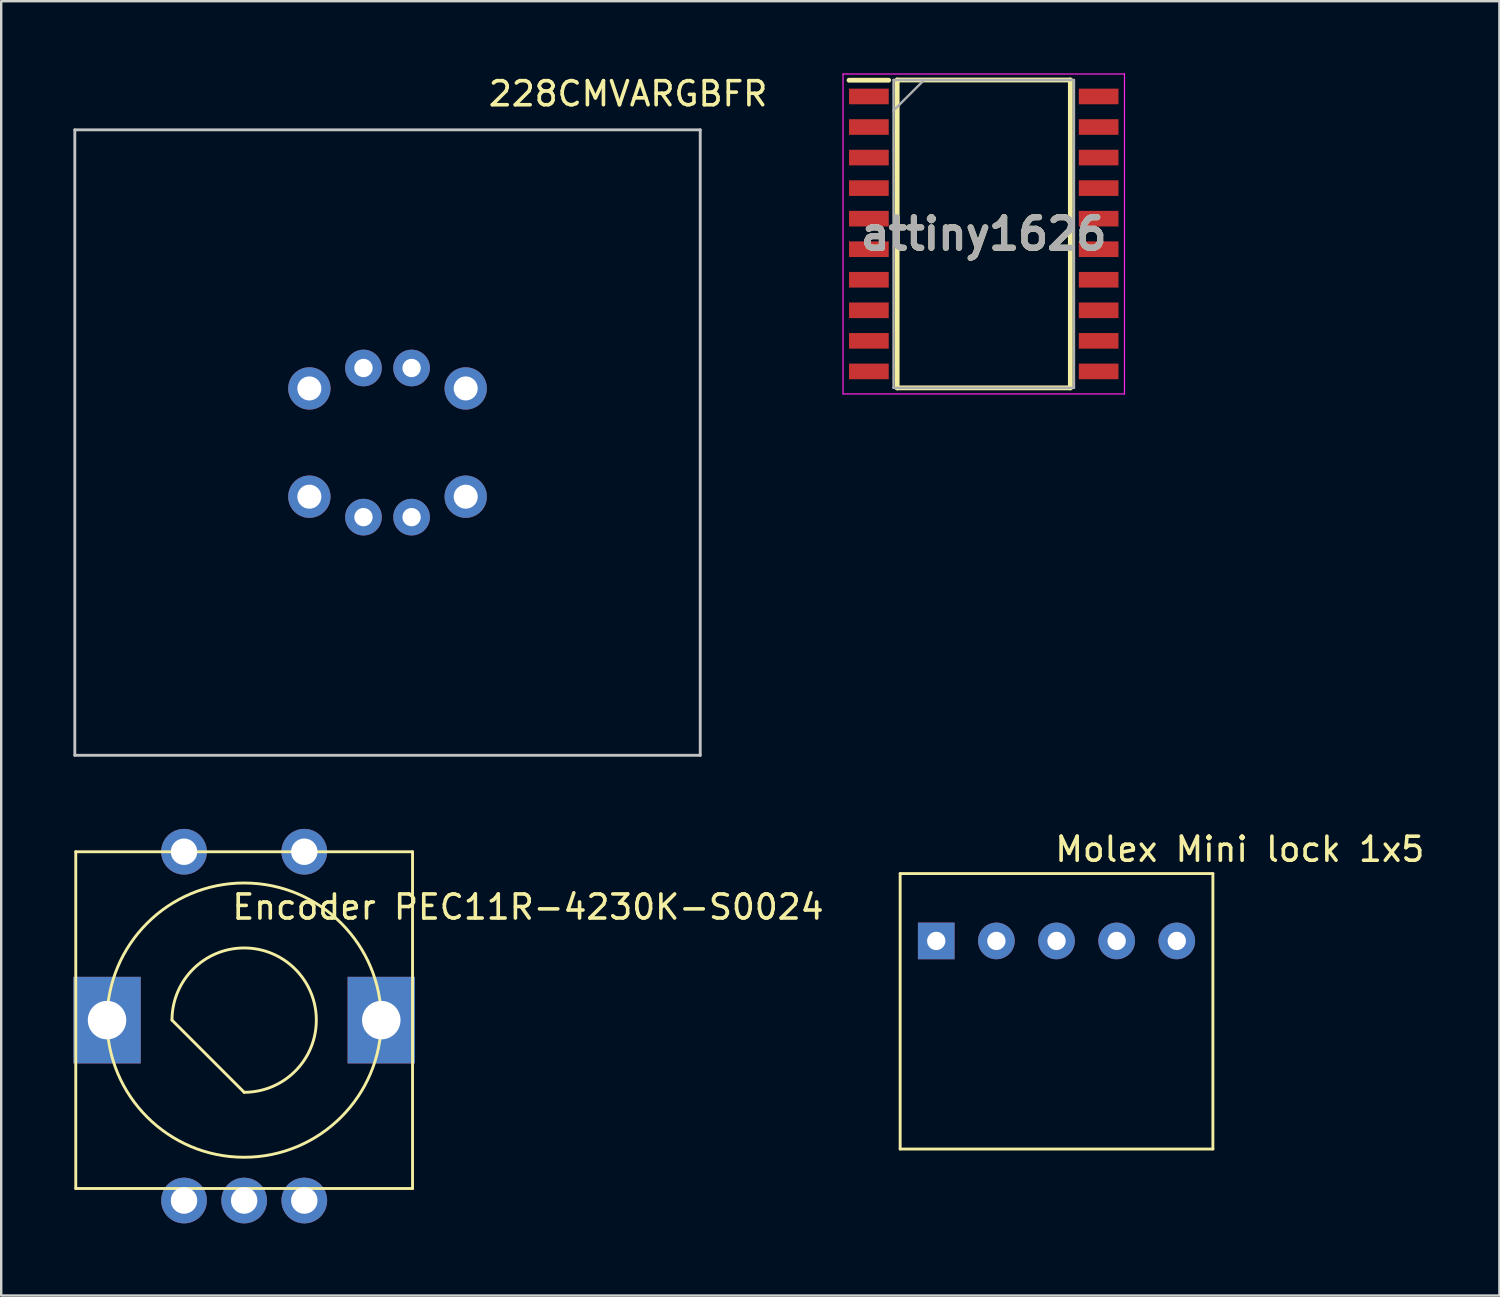
<source format=kicad_pcb>
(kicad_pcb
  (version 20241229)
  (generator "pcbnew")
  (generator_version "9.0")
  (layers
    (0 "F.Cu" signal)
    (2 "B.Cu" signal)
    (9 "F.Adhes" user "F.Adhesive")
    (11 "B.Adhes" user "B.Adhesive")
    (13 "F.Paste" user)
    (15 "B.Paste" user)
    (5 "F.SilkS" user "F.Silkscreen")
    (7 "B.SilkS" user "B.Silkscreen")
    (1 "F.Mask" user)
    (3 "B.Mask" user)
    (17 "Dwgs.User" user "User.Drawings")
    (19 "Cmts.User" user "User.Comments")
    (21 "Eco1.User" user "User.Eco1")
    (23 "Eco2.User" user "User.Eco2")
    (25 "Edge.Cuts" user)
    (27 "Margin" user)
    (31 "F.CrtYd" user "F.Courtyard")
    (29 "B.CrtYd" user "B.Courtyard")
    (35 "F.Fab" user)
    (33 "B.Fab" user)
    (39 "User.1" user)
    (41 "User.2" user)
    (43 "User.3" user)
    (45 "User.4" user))
  (footprint "Encoder PEC11R-4230K-S0024"
    (layer "F.Cu")
    (at 7.1 39.358)
    (property "Reference" "Encoder PEC11R-4230K-S0024" (at 11.8 -4.7 0) (layer "F.SilkS") (effects (font (size 1 1) (thickness 0.15))))
    (attr through_hole)
    (fp_line (start -7 -7) (end 7 -7) (stroke (width 0.12) (type solid)) (layer "F.SilkS"))
    (fp_line (start -7 7) (end -7 -7) (stroke (width 0.12) (type solid)) (layer "F.SilkS"))
    (fp_line (start -3 0) (end 0 3) (stroke (width 0.12) (type solid)) (layer "F.SilkS"))
    (fp_line (start 7 -7) (end 7 7) (stroke (width 0.12) (type solid)) (layer "F.SilkS"))
    (fp_line (start 7 7) (end -7 7) (stroke (width 0.12) (type solid)) (layer "F.SilkS"))
    (fp_arc (start -3 0) (mid 2.12132 -2.12132) (end 0 3) (stroke (width 0.12) (type solid)) (layer "F.SilkS"))
    (fp_circle (center 0 0) (end 4.5 3.5) (stroke (width 0.12) (type solid)) (fill no) (layer "F.SilkS"))
    (pad "" np_thru_hole rect (at -5.7 0) (size 2.8 3.6) (drill 1.6) (layers "*.Cu" "*.Mask"))
    (pad "" np_thru_hole rect (at 5.7 0) (size 2.8 3.6) (drill 1.6) (layers "*.Cu" "*.Mask"))
    (pad "A" thru_hole circle (at -2.5 7.5) (size 1.9 1.9) (drill 1.1) (layers "*.Cu" "*.Mask"))
    (pad "B" thru_hole circle (at 2.5 7.5) (size 1.9 1.9) (drill 1.1) (layers "*.Cu" "*.Mask"))
    (pad "C" thru_hole circle (at 0 7.5) (size 1.9 1.9) (drill 1.1) (layers "*.Cu" "*.Mask"))
    (pad "S1" thru_hole circle (at 2.5 -7) (size 1.9 1.9) (drill 1.1) (layers "*.Cu" "*.Mask"))
    (pad "S2" thru_hole circle (at -2.5 -7) (size 1.9 1.9) (drill 1.1) (layers "*.Cu" "*.Mask")))
  (footprint "Molex Mini lock 1x5"
    (layer "F.Cu")
    (at 40.871 36.066)
    (property "Reference" "Molex Mini lock 1x5" (at 7.62 -3.81 0) (layer "F.SilkS") (effects (font (size 1 1) (thickness 0.15))))
    (attr through_hole)
    (fp_line (start -6.5 -2.8) (end 6.5 -2.8) (stroke (width 0.12) (type solid)) (layer "F.SilkS"))
    (fp_line (start -6.5 8.65) (end -6.5 -2.8) (stroke (width 0.12) (type solid)) (layer "F.SilkS"))
    (fp_line (start 6.5 8.65) (end -6.5 8.65) (stroke (width 0.12) (type solid)) (layer "F.SilkS"))
    (fp_line (start 6.5 8.65) (end 6.5 -2.8) (stroke (width 0.12) (type solid)) (layer "F.SilkS"))
    (pad "1" thru_hole rect (at -5 0) (size 1.524 1.524) (drill 0.762) (layers "*.Cu" "*.Mask"))
    (pad "2" thru_hole circle (at -2.5 0) (size 1.524 1.524) (drill 0.762) (layers "*.Cu" "*.Mask"))
    (pad "3" thru_hole circle (at 0 0) (size 1.524 1.524) (drill 0.762) (layers "*.Cu" "*.Mask"))
    (pad "4" thru_hole circle (at 2.5 0) (size 1.524 1.524) (drill 0.762) (layers "*.Cu" "*.Mask"))
    (pad "5" thru_hole circle (at 5 0) (size 1.524 1.524) (drill 0.762) (layers "*.Cu" "*.Mask")))
  (footprint "attiny1626"
    (layer "F.Cu")
    (at 37.846 6.675)
    (property "Reference" "attiny1626" (at 0 0 0) (layer "F.SilkS") (effects (font (size 1.27 1.27) (thickness 0.254))))
    (attr smd)
    (fp_line (start -5.6 -6.39) (end -3.95 -6.39) (stroke (width 0.2) (type solid)) (layer "F.SilkS"))
    (fp_line (start -3.6 -6.4) (end 3.6 -6.4) (stroke (width 0.2) (type solid)) (layer "F.SilkS"))
    (fp_line (start -3.6 6.4) (end -3.6 -6.4) (stroke (width 0.2) (type solid)) (layer "F.SilkS"))
    (fp_line (start 3.6 -6.4) (end 3.6 6.4) (stroke (width 0.2) (type solid)) (layer "F.SilkS"))
    (fp_line (start 3.6 6.4) (end -3.6 6.4) (stroke (width 0.2) (type solid)) (layer "F.SilkS"))
    (fp_line (start -5.85 -6.65) (end 5.85 -6.65) (stroke (width 0.05) (type solid)) (layer "F.CrtYd"))
    (fp_line (start -5.85 6.65) (end -5.85 -6.65) (stroke (width 0.05) (type solid)) (layer "F.CrtYd"))
    (fp_line (start 5.85 -6.65) (end 5.85 6.65) (stroke (width 0.05) (type solid)) (layer "F.CrtYd"))
    (fp_line (start 5.85 6.65) (end -5.85 6.65) (stroke (width 0.05) (type solid)) (layer "F.CrtYd"))
    (fp_line (start -3.75 -6.4) (end 3.75 -6.4) (stroke (width 0.1) (type solid)) (layer "F.Fab"))
    (fp_line (start -3.75 -5.13) (end -2.48 -6.4) (stroke (width 0.1) (type solid)) (layer "F.Fab"))
    (fp_line (start -3.75 6.4) (end -3.75 -6.4) (stroke (width 0.1) (type solid)) (layer "F.Fab"))
    (fp_line (start 3.75 -6.4) (end 3.75 6.4) (stroke (width 0.1) (type solid)) (layer "F.Fab"))
    (fp_line (start 3.75 6.4) (end -3.75 6.4) (stroke (width 0.1) (type solid)) (layer "F.Fab"))
    (fp_text user "${REFERENCE}" (at 0 0 0) (layer "F.Fab") (effects (font (size 1.27 1.27) (thickness 0.254))))
    (pad "1" smd rect (at -4.775 -5.715 90) (size 0.65 1.65) (layers "F.Cu" "F.Mask" "F.Paste"))
    (pad "2" smd rect (at -4.775 -4.445 90) (size 0.65 1.65) (layers "F.Cu" "F.Mask" "F.Paste"))
    (pad "3" smd rect (at -4.775 -3.175 90) (size 0.65 1.65) (layers "F.Cu" "F.Mask" "F.Paste"))
    (pad "4" smd rect (at -4.775 -1.905 90) (size 0.65 1.65) (layers "F.Cu" "F.Mask" "F.Paste"))
    (pad "5" smd rect (at -4.775 -0.635 90) (size 0.65 1.65) (layers "F.Cu" "F.Mask" "F.Paste"))
    (pad "6" smd rect (at -4.775 0.635 90) (size 0.65 1.65) (layers "F.Cu" "F.Mask" "F.Paste"))
    (pad "7" smd rect (at -4.775 1.905 90) (size 0.65 1.65) (layers "F.Cu" "F.Mask" "F.Paste"))
    (pad "8" smd rect (at -4.775 3.175 90) (size 0.65 1.65) (layers "F.Cu" "F.Mask" "F.Paste"))
    (pad "9" smd rect (at -4.775 4.445 90) (size 0.65 1.65) (layers "F.Cu" "F.Mask" "F.Paste"))
    (pad "10" smd rect (at -4.775 5.715 90) (size 0.65 1.65) (layers "F.Cu" "F.Mask" "F.Paste"))
    (pad "11" smd rect (at 4.775 5.715 90) (size 0.65 1.65) (layers "F.Cu" "F.Mask" "F.Paste"))
    (pad "12" smd rect (at 4.775 4.445 90) (size 0.65 1.65) (layers "F.Cu" "F.Mask" "F.Paste"))
    (pad "13" smd rect (at 4.775 3.175 90) (size 0.65 1.65) (layers "F.Cu" "F.Mask" "F.Paste"))
    (pad "14" smd rect (at 4.775 1.905 90) (size 0.65 1.65) (layers "F.Cu" "F.Mask" "F.Paste"))
    (pad "15" smd rect (at 4.775 0.635 90) (size 0.65 1.65) (layers "F.Cu" "F.Mask" "F.Paste"))
    (pad "16" smd rect (at 4.775 -0.635 90) (size 0.65 1.65) (layers "F.Cu" "F.Mask" "F.Paste"))
    (pad "17" smd rect (at 4.775 -1.905 90) (size 0.65 1.65) (layers "F.Cu" "F.Mask" "F.Paste"))
    (pad "18" smd rect (at 4.775 -3.175 90) (size 0.65 1.65) (layers "F.Cu" "F.Mask" "F.Paste"))
    (pad "19" smd rect (at 4.775 -4.445 90) (size 0.65 1.65) (layers "F.Cu" "F.Mask" "F.Paste"))
    (pad "20" smd rect (at 4.775 -5.715 90) (size 0.65 1.65) (layers "F.Cu" "F.Mask" "F.Paste")))
  (footprint "228CMVARGBFR"
    (layer "F.Cu")
    (at 13.06 15.348)
    (property "Reference" "228CMVARGBFR" (at 10 -14.5 0) (layer "F.SilkS") (effects (font (size 1 1) (thickness 0.15))))
    (attr through_hole)
    (fp_line (start -13 -13) (end 13 -13) (stroke (width 0.12) (type solid)) (layer "Dwgs.User"))
    (fp_line (start -13 13) (end -13 -13) (stroke (width 0.12) (type solid)) (layer "Dwgs.User"))
    (fp_line (start -13 13) (end 13 13) (stroke (width 0.12) (type solid)) (layer "Dwgs.User"))
    (fp_line (start 13 -13) (end 13 13) (stroke (width 0.12) (type solid)) (layer "Dwgs.User"))
    (pad "1" thru_hole circle (at 3.25 -2.25) (size 1.76 1.76) (drill 1) (layers "*.Cu" "*.Mask"))
    (pad "2" thru_hole circle (at -3.25 -2.25) (size 1.76 1.76) (drill 1) (layers "*.Cu" "*.Mask"))
    (pad "3" thru_hole circle (at 3.25 2.25) (size 1.76 1.76) (drill 1) (layers "*.Cu" "*.Mask"))
    (pad "4" thru_hole circle (at -3.25 2.25) (size 1.76 1.76) (drill 1) (layers "*.Cu" "*.Mask"))
    (pad "5" thru_hole circle (at 1 -3.1) (size 1.524 1.524) (drill 0.762) (layers "*.Cu" "*.Mask"))
    (pad "6" thru_hole circle (at 1 3.1) (size 1.524 1.524) (drill 0.762) (layers "*.Cu" "*.Mask"))
    (pad "7" thru_hole circle (at -1 -3.1) (size 1.524 1.524) (drill 0.762) (layers "*.Cu" "*.Mask"))
    (pad "8" thru_hole circle (at -1 3.1) (size 1.524 1.524) (drill 0.762) (layers "*.Cu" "*.Mask")))
  (gr_rect
    (start -3 -3)
    (end 59.282 50.808)
    (stroke (width 0.1) (type default))
    (fill no)
    (layer "Edge.Cuts")))
</source>
